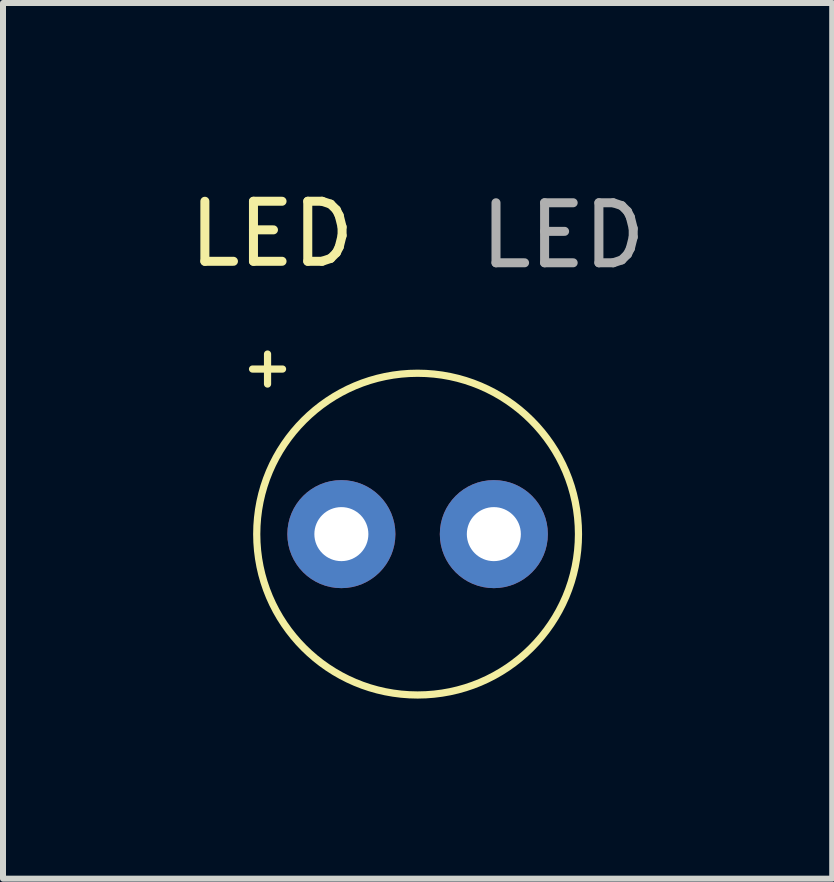
<source format=kicad_pcb>
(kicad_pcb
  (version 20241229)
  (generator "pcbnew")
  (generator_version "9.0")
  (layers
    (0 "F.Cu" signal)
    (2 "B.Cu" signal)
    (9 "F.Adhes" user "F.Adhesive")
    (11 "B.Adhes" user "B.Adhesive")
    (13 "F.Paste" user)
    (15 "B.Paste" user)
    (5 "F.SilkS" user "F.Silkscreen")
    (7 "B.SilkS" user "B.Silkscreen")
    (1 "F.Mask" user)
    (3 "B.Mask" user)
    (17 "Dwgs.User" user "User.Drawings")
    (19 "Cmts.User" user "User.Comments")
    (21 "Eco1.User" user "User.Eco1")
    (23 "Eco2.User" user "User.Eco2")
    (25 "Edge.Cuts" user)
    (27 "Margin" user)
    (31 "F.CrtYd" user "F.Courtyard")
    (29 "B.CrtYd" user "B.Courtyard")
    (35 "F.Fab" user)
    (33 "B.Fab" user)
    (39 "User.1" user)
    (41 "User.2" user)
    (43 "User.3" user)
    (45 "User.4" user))
  (footprint "LED"
    (layer "F.Cu")
    (at 3.907 5.848)
    (property "Reference" "LED" (at -2.425 -5 0) (unlocked yes) (layer "F.SilkS") (effects (font (size 1 1) (thickness 0.15))))
    (attr through_hole)
    (fp_line (start -2.75 -2.75) (end -2.25 -2.75) (stroke (width 0.12) (type solid)) (layer "F.SilkS"))
    (fp_line (start -2.5 -3) (end -2.5 -2.5) (stroke (width 0.12) (type solid)) (layer "F.SilkS"))
    (fp_circle (center 0 0) (end 2.68 0) (stroke (width 0.12) (type solid)) (fill no) (layer "F.SilkS"))
    (fp_text user "${REFERENCE}" (at 2.425 -4.975 0) (unlocked yes) (layer "F.Fab") (effects (font (size 1 1) (thickness 0.15))))
    (pad "1" thru_hole circle (at -1.27 0) (size 1.8 1.8) (drill 0.9) (layers "*.Cu" "*.Mask"))
    (pad "2" thru_hole circle (at 1.27 0) (size 1.8 1.8) (drill 0.9) (layers "*.Cu" "*.Mask")))
  (gr_rect
    (start -3 -3)
    (end 10.814 11.588)
    (stroke (width 0.1) (type default))
    (fill no)
    (layer "Edge.Cuts")))
</source>
